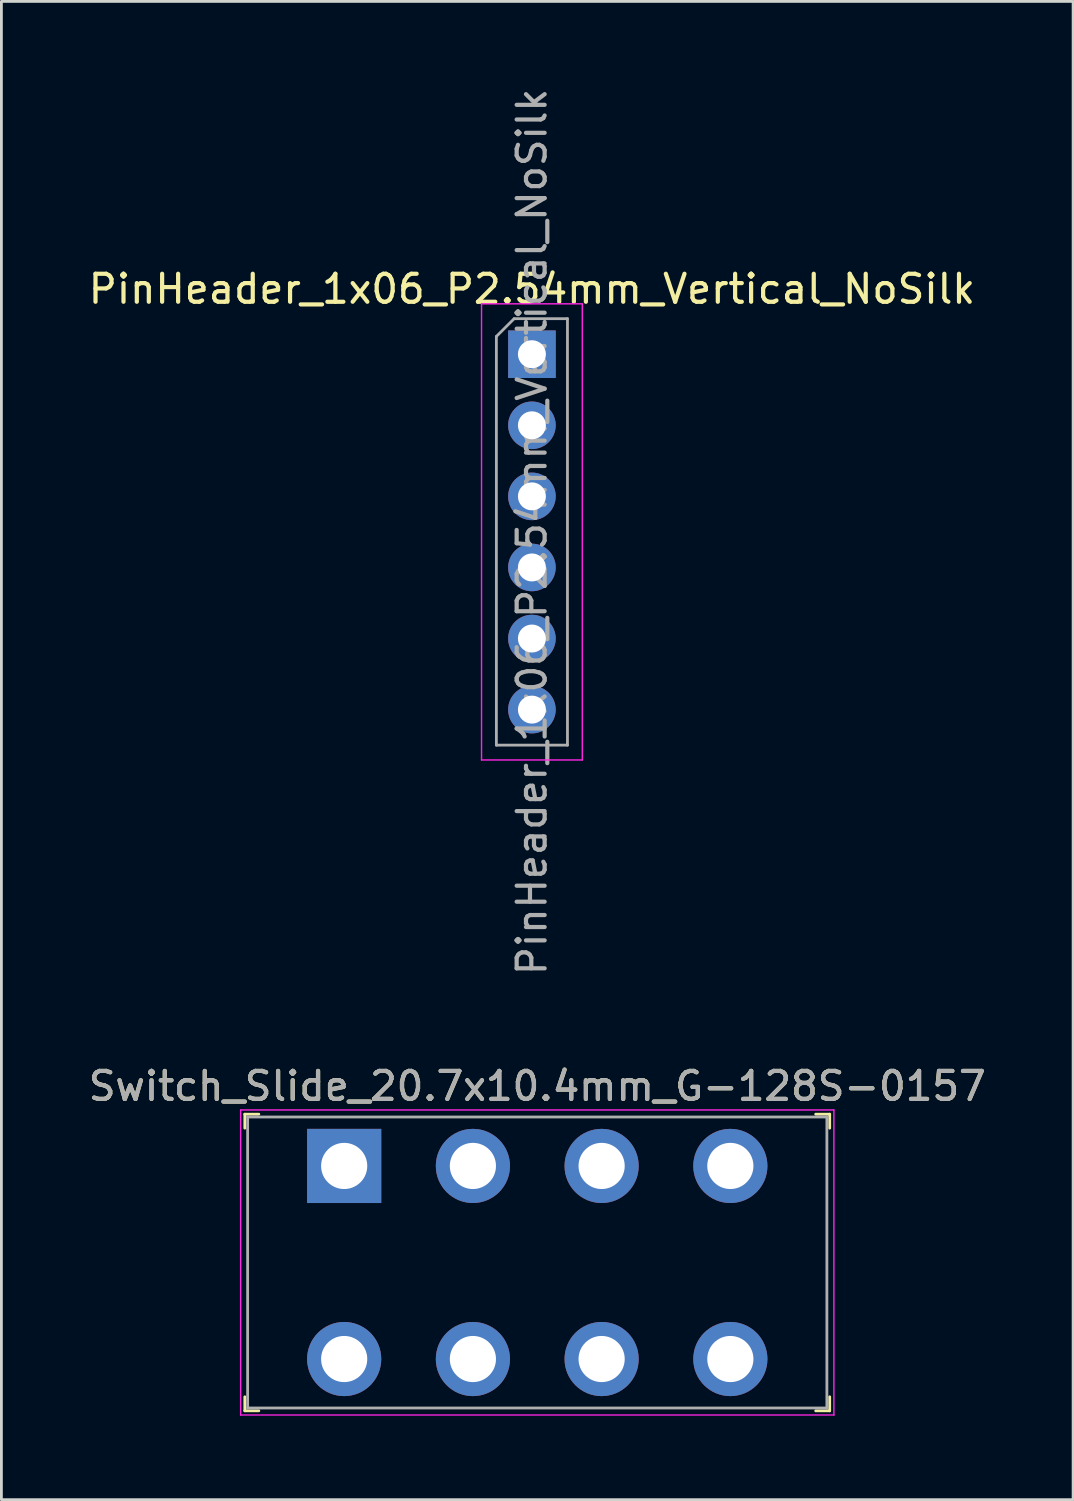
<source format=kicad_pcb>
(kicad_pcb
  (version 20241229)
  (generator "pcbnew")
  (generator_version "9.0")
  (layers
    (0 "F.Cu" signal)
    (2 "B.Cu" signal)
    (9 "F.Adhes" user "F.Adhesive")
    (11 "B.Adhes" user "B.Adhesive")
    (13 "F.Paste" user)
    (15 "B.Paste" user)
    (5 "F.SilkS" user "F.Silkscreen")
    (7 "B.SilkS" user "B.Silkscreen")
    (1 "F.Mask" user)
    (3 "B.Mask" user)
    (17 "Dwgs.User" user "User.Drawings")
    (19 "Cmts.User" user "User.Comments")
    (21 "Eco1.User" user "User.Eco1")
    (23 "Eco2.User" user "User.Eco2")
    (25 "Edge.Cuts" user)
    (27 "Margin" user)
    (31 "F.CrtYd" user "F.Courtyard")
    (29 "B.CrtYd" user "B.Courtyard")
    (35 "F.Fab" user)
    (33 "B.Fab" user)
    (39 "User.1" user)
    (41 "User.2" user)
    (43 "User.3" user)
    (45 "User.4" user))
  (footprint "Switch_Slide_20.7x10.4mm_G-128S-0157"
    (layer "F.Cu")
    (at 16.149 42.065)
    (property "Reference" "Switch_Slide_20.7x10.4mm_G-128S-0157" (at 0 -6.3 0) (layer "F.SilkS") (effects (font (size 1 1) (thickness 0.15))))
    (attr through_hole)
    (fp_line (start -10.45 -5.3) (end -10.45 -4.8) (stroke (width 0.1) (type solid)) (layer "F.SilkS"))
    (fp_line (start -10.45 -5.3) (end -9.95 -5.3) (stroke (width 0.1) (type solid)) (layer "F.SilkS"))
    (fp_line (start -10.45 5.3) (end -10.45 4.8) (stroke (width 0.1) (type solid)) (layer "F.SilkS"))
    (fp_line (start -10.45 5.3) (end -9.95 5.3) (stroke (width 0.1) (type solid)) (layer "F.SilkS"))
    (fp_line (start 10.45 -5.3) (end 9.95 -5.3) (stroke (width 0.1) (type solid)) (layer "F.SilkS"))
    (fp_line (start 10.45 -5.3) (end 10.45 -4.8) (stroke (width 0.1) (type solid)) (layer "F.SilkS"))
    (fp_line (start 10.45 5.3) (end 9.95 5.3) (stroke (width 0.1) (type solid)) (layer "F.SilkS"))
    (fp_line (start 10.45 5.3) (end 10.45 4.8) (stroke (width 0.1) (type solid)) (layer "F.SilkS"))
    (fp_line (start -10.6 -5.45) (end -10.6 5.45) (stroke (width 0.05) (type solid)) (layer "F.CrtYd"))
    (fp_line (start -10.6 -5.45) (end 10.6 -5.45) (stroke (width 0.05) (type solid)) (layer "F.CrtYd"))
    (fp_line (start -10.6 5.45) (end 10.6 5.45) (stroke (width 0.05) (type solid)) (layer "F.CrtYd"))
    (fp_line (start 10.6 -5.45) (end 10.6 5.45) (stroke (width 0.05) (type solid)) (layer "F.CrtYd"))
    (fp_line (start -10.35 -5.2) (end -10.35 5.2) (stroke (width 0.1) (type solid)) (layer "F.Fab"))
    (fp_line (start -10.35 -5.2) (end 10.35 -5.2) (stroke (width 0.1) (type solid)) (layer "F.Fab"))
    (fp_line (start -10.35 5.2) (end 10.35 5.2) (stroke (width 0.1) (type solid)) (layer "F.Fab"))
    (fp_line (start 10.35 -5.2) (end 10.35 5.2) (stroke (width 0.1) (type solid)) (layer "F.Fab"))
    (fp_text user "${REFERENCE}" (at 0 -6.3 0) (layer "F.Fab") (effects (font (size 1 1) (thickness 0.15))))
    (pad "1" thru_hole rect (at -6.9 -3.45) (size 2.65 2.65) (drill 1.65) (layers "*.Cu" "*.Mask"))
    (pad "2" thru_hole circle (at -2.3 -3.45) (size 2.65 2.65) (drill 1.65) (layers "*.Cu" "*.Mask"))
    (pad "3" thru_hole circle (at 2.3 -3.45) (size 2.65 2.65) (drill 1.65) (layers "*.Cu" "*.Mask"))
    (pad "4" thru_hole circle (at 6.9 -3.45) (size 2.65 2.65) (drill 1.65) (layers "*.Cu" "*.Mask"))
    (pad "5" thru_hole circle (at -6.9 3.45) (size 2.65 2.65) (drill 1.65) (layers "*.Cu" "*.Mask"))
    (pad "6" thru_hole circle (at -2.3 3.45) (size 2.65 2.65) (drill 1.65) (layers "*.Cu" "*.Mask"))
    (pad "7" thru_hole circle (at 2.3 3.45) (size 2.65 2.65) (drill 1.65) (layers "*.Cu" "*.Mask"))
    (pad "8" thru_hole circle (at 6.9 3.45) (size 2.65 2.65) (drill 1.65) (layers "*.Cu" "*.Mask")))
  (footprint "PinHeader_1x06_P2.54mm_Vertical_NoSilk"
    (layer "F.Cu")
    (at 15.958 9.608)
    (property "Reference" "PinHeader_1x06_P2.54mm_Vertical_NoSilk" (at 0 -2.33 0) (layer "F.SilkS") (effects (font (size 1 1) (thickness 0.15))))
    (attr through_hole)
    (fp_line (start -1.8 -1.8) (end -1.8 14.5) (stroke (width 0.05) (type solid)) (layer "F.CrtYd"))
    (fp_line (start -1.8 14.5) (end 1.8 14.5) (stroke (width 0.05) (type solid)) (layer "F.CrtYd"))
    (fp_line (start 1.8 -1.8) (end -1.8 -1.8) (stroke (width 0.05) (type solid)) (layer "F.CrtYd"))
    (fp_line (start 1.8 14.5) (end 1.8 -1.8) (stroke (width 0.05) (type solid)) (layer "F.CrtYd"))
    (fp_line (start -1.27 -0.635) (end -0.635 -1.27) (stroke (width 0.1) (type solid)) (layer "F.Fab"))
    (fp_line (start -1.27 13.97) (end -1.27 -0.635) (stroke (width 0.1) (type solid)) (layer "F.Fab"))
    (fp_line (start -0.635 -1.27) (end 1.27 -1.27) (stroke (width 0.1) (type solid)) (layer "F.Fab"))
    (fp_line (start 1.27 -1.27) (end 1.27 13.97) (stroke (width 0.1) (type solid)) (layer "F.Fab"))
    (fp_line (start 1.27 13.97) (end -1.27 13.97) (stroke (width 0.1) (type solid)) (layer "F.Fab"))
    (fp_text user "${REFERENCE}" (at 0 6.35 90) (layer "F.Fab") (effects (font (size 1 1) (thickness 0.15))))
    (pad "1" thru_hole rect (at 0 0) (size 1.7 1.7) (drill 1) (layers "*.Cu" "*.Mask"))
    (pad "2" thru_hole oval (at 0 2.54) (size 1.7 1.7) (drill 1) (layers "*.Cu" "*.Mask"))
    (pad "3" thru_hole oval (at 0 5.08) (size 1.7 1.7) (drill 1) (layers "*.Cu" "*.Mask"))
    (pad "4" thru_hole oval (at 0 7.62) (size 1.7 1.7) (drill 1) (layers "*.Cu" "*.Mask"))
    (pad "5" thru_hole oval (at 0 10.16) (size 1.7 1.7) (drill 1) (layers "*.Cu" "*.Mask"))
    (pad "6" thru_hole oval (at 0 12.7) (size 1.7 1.7) (drill 1) (layers "*.Cu" "*.Mask")))
  (gr_rect
    (start -3 -3)
    (end 35.298 50.54)
    (stroke (width 0.1) (type default))
    (fill no)
    (layer "Edge.Cuts")))
</source>
